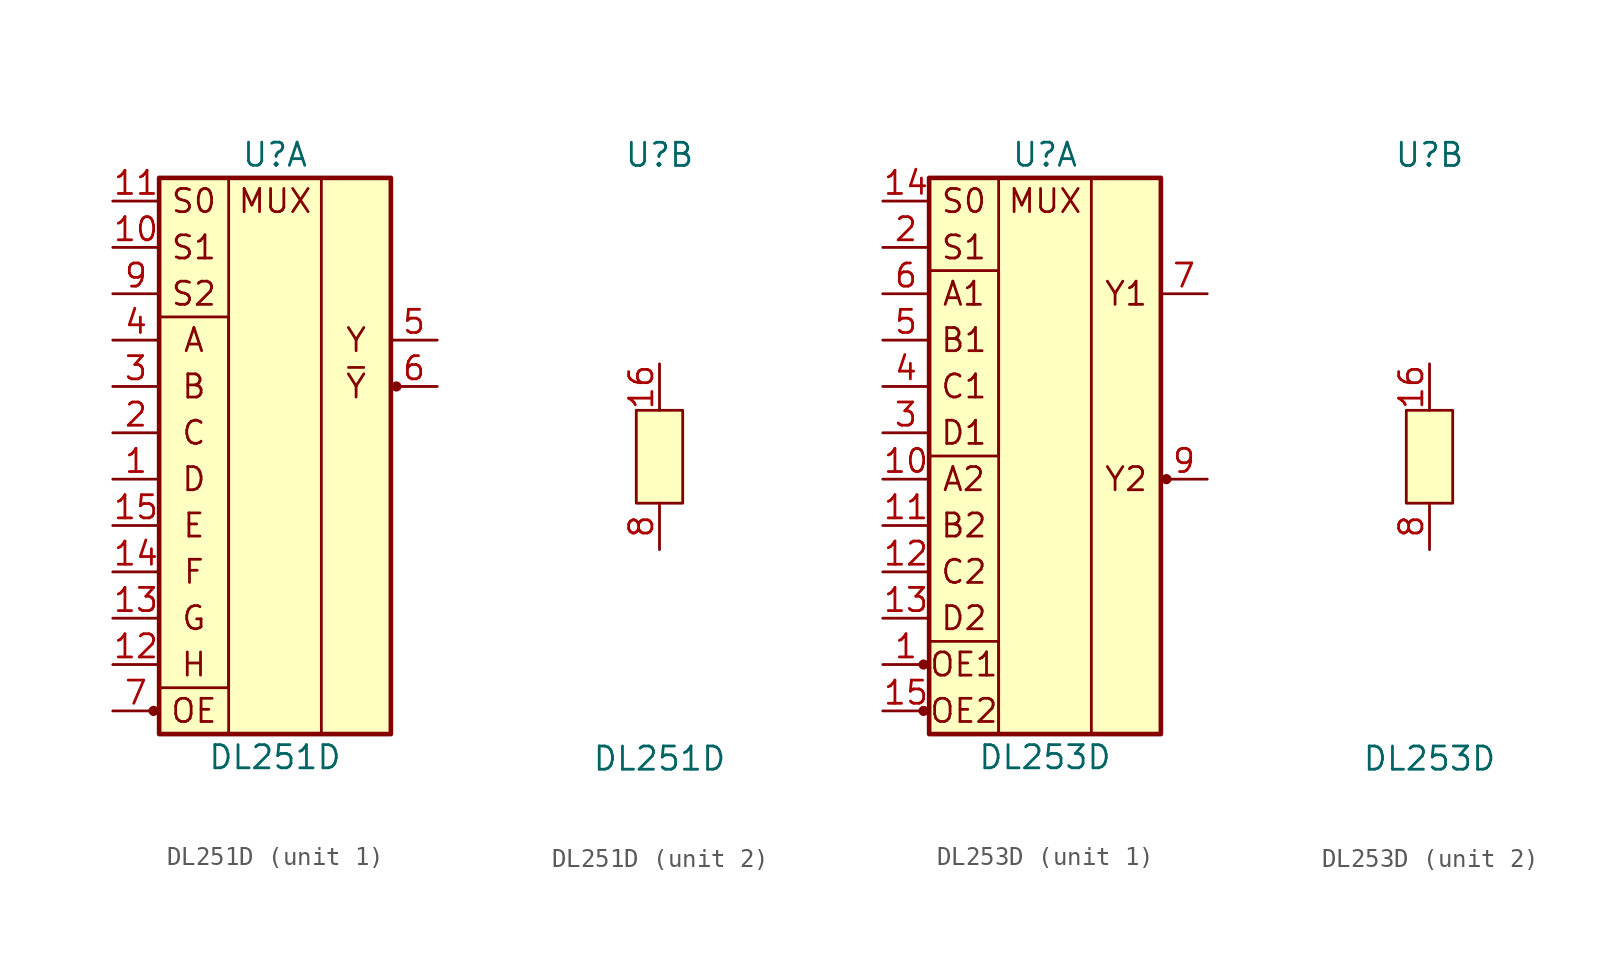
<source format=kicad_sym>
(kicad_symbol_lib
  (version 20211014)
  (generator kicad_symbol_editor)
  (symbol "DL251D"
    (pin_names
      (offset 1.016) hide)
    (property "Reference" "U"
      (at 0 16.51 0)
      (effects (font (size 1.27 1.27))))
    (property "Value" "DL251D"
      (at 0 -16.51 0)
      (effects (font (size 1.27 1.27))))
    (property "ki_locked" ""
      (at 0 0 0)
      (effects (font (size 1.27 1.27))))
    (symbol "DL251D_1_1"
      (circle (center -6.655 -13.97) (radius 0.203) (stroke (width 0) (type default) (color 0 0 0 0)) (fill (type outline)))
      (rectangle (start -6.35 7.62) (end -2.54 -12.7) (stroke (width 0) (type default) (color 0 0 0 0)) (fill (type none)))
      (rectangle (start -6.35 15.24) (end 6.35 -15.24) (stroke (width 0.254) (type default) (color 0 0 0 0)) (fill (type background)))
      (rectangle (start -2.54 15.24) (end 2.54 -15.24) (stroke (width 0) (type default) (color 0 0 0 0)) (fill (type none)))
      (circle (center 6.655 3.81) (radius 0.203) (stroke (width 0) (type default) (color 0 0 0 0)) (fill (type outline)))
      (text "A" (at -4.445 6.35 0) (effects (font (size 1.27 1.27))))
      (text "B" (at -4.445 3.81 0) (effects (font (size 1.27 1.27))))
      (text "C" (at -4.445 1.27 0) (effects (font (size 1.27 1.27))))
      (text "D" (at -4.445 -1.27 0) (effects (font (size 1.27 1.27))))
      (text "E" (at -4.445 -3.81 0) (effects (font (size 1.27 1.27))))
      (text "F" (at -4.445 -6.35 0) (effects (font (size 1.27 1.27))))
      (text "G" (at -4.445 -8.89 0) (effects (font (size 1.27 1.27))))
      (text "H" (at -4.445 -11.43 0) (effects (font (size 1.27 1.27))))
      (text "MUX" (at 0 13.97 0) (effects (font (size 1.27 1.27))))
      (text "OE" (at -4.445 -13.97 0) (effects (font (size 1.27 1.27))))
      (text "S0" (at -4.445 13.97 0) (effects (font (size 1.27 1.27))))
      (text "S1" (at -4.445 11.43 0) (effects (font (size 1.27 1.27))))
      (text "S2" (at -4.445 8.89 0) (effects (font (size 1.27 1.27))))
      (text "Y" (at 4.445 6.35 0) (effects (font (size 1.27 1.27))))
      (text "~{Y}" (at 4.445 3.81 0) (effects (font (size 1.27 1.27))))
      (pin input line (at -8.89 -1.27 0) (length 2.54) (name "D" (effects (font (size 1.27 1.27)))) (number "1" (effects (font (size 1.27 1.27)))))
      (pin input line (at -8.89 11.43 0) (length 2.54) (name "S1" (effects (font (size 1.27 1.27)))) (number "10" (effects (font (size 1.27 1.27)))))
      (pin input line (at -8.89 13.97 0) (length 2.54) (name "S0" (effects (font (size 1.27 1.27)))) (number "11" (effects (font (size 1.27 1.27)))))
      (pin input line (at -8.89 -11.43 0) (length 2.54) (name "H" (effects (font (size 1.27 1.27)))) (number "12" (effects (font (size 1.27 1.27)))))
      (pin input line (at -8.89 -8.89 0) (length 2.54) (name "G" (effects (font (size 1.27 1.27)))) (number "13" (effects (font (size 1.27 1.27)))))
      (pin input line (at -8.89 -6.35 0) (length 2.54) (name "F" (effects (font (size 1.27 1.27)))) (number "14" (effects (font (size 1.27 1.27)))))
      (pin input line (at -8.89 -3.81 0) (length 2.54) (name "E" (effects (font (size 1.27 1.27)))) (number "15" (effects (font (size 1.27 1.27)))))
      (pin input line (at -8.89 1.27 0) (length 2.54) (name "C" (effects (font (size 1.27 1.27)))) (number "2" (effects (font (size 1.27 1.27)))))
      (pin input line (at -8.89 3.81 0) (length 2.54) (name "B" (effects (font (size 1.27 1.27)))) (number "3" (effects (font (size 1.27 1.27)))))
      (pin input line (at -8.89 6.35 0) (length 2.54) (name "A" (effects (font (size 1.27 1.27)))) (number "4" (effects (font (size 1.27 1.27)))))
      (pin tri_state line (at 8.89 6.35 180) (length 2.54) (name "Y" (effects (font (size 1.27 1.27)))) (number "5" (effects (font (size 1.27 1.27)))))
      (pin tri_state line (at 8.89 3.81 180) (length 2.54) (name "~{Y}" (effects (font (size 1.27 1.27)))) (number "6" (effects (font (size 1.27 1.27)))))
      (pin input line (at -8.89 -13.97 0) (length 2.54) (name "~{OE}" (effects (font (size 1.27 1.27)))) (number "7" (effects (font (size 1.27 1.27)))))
      (pin input line (at -8.89 8.89 0) (length 2.54) (name "S2" (effects (font (size 1.27 1.27)))) (number "9" (effects (font (size 1.27 1.27))))))
    (symbol "DL251D_2_1"
      (rectangle (start -1.27 2.54) (end 1.27 -2.54) (stroke (width 0) (type default) (color 0 0 0 0)) (fill (type background)))
      (pin power_in line (at 0 5.08 270) (length 2.54) (name "Vcc" (effects (font (size 1.27 1.27)))) (number "16" (effects (font (size 1.27 1.27)))))
      (pin power_in line (at 0 -5.08 90) (length 2.54) (name "GND" (effects (font (size 1.27 1.27)))) (number "8" (effects (font (size 1.27 1.27)))))))
  (symbol "DL253D"
    (pin_names
      (offset 1.016) hide)
    (property "Reference" "U"
      (at 0 16.51 0)
      (effects (font (size 1.27 1.27))))
    (property "Value" "DL253D"
      (at 0 -16.51 0)
      (effects (font (size 1.27 1.27))))
    (property "ki_locked" ""
      (at 0 0 0)
      (effects (font (size 1.27 1.27))))
    (symbol "DL253D_1_1"
      (circle (center -6.655 -13.97) (radius 0.203) (stroke (width 0) (type default) (color 0 0 0 0)) (fill (type outline)))
      (circle (center -6.655 -11.43) (radius 0.203) (stroke (width 0) (type default) (color 0 0 0 0)) (fill (type outline)))
      (rectangle (start -6.35 -10.16) (end -2.54 -15.24) (stroke (width 0) (type default) (color 0 0 0 0)) (fill (type none)))
      (rectangle (start -6.35 10.16) (end -2.54 0) (stroke (width 0) (type default) (color 0 0 0 0)) (fill (type none)))
      (rectangle (start -6.35 15.24) (end 6.35 -15.24) (stroke (width 0.254) (type default) (color 0 0 0 0)) (fill (type background)))
      (rectangle (start -2.54 15.24) (end 2.54 -15.24) (stroke (width 0) (type default) (color 0 0 0 0)) (fill (type none)))
      (circle (center 6.655 -1.27) (radius 0.203) (stroke (width 0) (type default) (color 0 0 0 0)) (fill (type outline)))
      (text "A1" (at -4.445 8.89 0) (effects (font (size 1.27 1.27))))
      (text "A2" (at -4.445 -1.27 0) (effects (font (size 1.27 1.27))))
      (text "B1" (at -4.445 6.35 0) (effects (font (size 1.27 1.27))))
      (text "B2" (at -4.445 -3.81 0) (effects (font (size 1.27 1.27))))
      (text "C1" (at -4.445 3.81 0) (effects (font (size 1.27 1.27))))
      (text "C2" (at -4.445 -6.35 0) (effects (font (size 1.27 1.27))))
      (text "D1" (at -4.445 1.27 0) (effects (font (size 1.27 1.27))))
      (text "D2" (at -4.445 -8.89 0) (effects (font (size 1.27 1.27))))
      (text "MUX" (at 0 13.97 0) (effects (font (size 1.27 1.27))))
      (text "OE1" (at -4.445 -11.43 0) (effects (font (size 1.27 1.27))))
      (text "OE2" (at -4.445 -13.97 0) (effects (font (size 1.27 1.27))))
      (text "S0" (at -4.445 13.97 0) (effects (font (size 1.27 1.27))))
      (text "S1" (at -4.445 11.43 0) (effects (font (size 1.27 1.27))))
      (text "Y1" (at 4.445 8.89 0) (effects (font (size 1.27 1.27))))
      (text "Y2" (at 4.445 -1.27 0) (effects (font (size 1.27 1.27))))
      (pin input line (at -8.89 -11.43 0) (length 2.54) (name "~{OE1}" (effects (font (size 1.27 1.27)))) (number "1" (effects (font (size 1.27 1.27)))))
      (pin input line (at -8.89 -1.27 0) (length 2.54) (name "A2" (effects (font (size 1.27 1.27)))) (number "10" (effects (font (size 1.27 1.27)))))
      (pin input line (at -8.89 -3.81 0) (length 2.54) (name "B2" (effects (font (size 1.27 1.27)))) (number "11" (effects (font (size 1.27 1.27)))))
      (pin input line (at -8.89 -6.35 0) (length 2.54) (name "C2" (effects (font (size 1.27 1.27)))) (number "12" (effects (font (size 1.27 1.27)))))
      (pin input line (at -8.89 -8.89 0) (length 2.54) (name "D2" (effects (font (size 1.27 1.27)))) (number "13" (effects (font (size 1.27 1.27)))))
      (pin input line (at -8.89 13.97 0) (length 2.54) (name "S0" (effects (font (size 1.27 1.27)))) (number "14" (effects (font (size 1.27 1.27)))))
      (pin input line (at -8.89 -13.97 0) (length 2.54) (name "~{OE2}" (effects (font (size 1.27 1.27)))) (number "15" (effects (font (size 1.27 1.27)))))
      (pin input line (at -8.89 11.43 0) (length 2.54) (name "S1" (effects (font (size 1.27 1.27)))) (number "2" (effects (font (size 1.27 1.27)))))
      (pin input line (at -8.89 1.27 0) (length 2.54) (name "D1" (effects (font (size 1.27 1.27)))) (number "3" (effects (font (size 1.27 1.27)))))
      (pin input line (at -8.89 3.81 0) (length 2.54) (name "C1" (effects (font (size 1.27 1.27)))) (number "4" (effects (font (size 1.27 1.27)))))
      (pin input line (at -8.89 6.35 0) (length 2.54) (name "B1" (effects (font (size 1.27 1.27)))) (number "5" (effects (font (size 1.27 1.27)))))
      (pin input line (at -8.89 8.89 0) (length 2.54) (name "A1" (effects (font (size 1.27 1.27)))) (number "6" (effects (font (size 1.27 1.27)))))
      (pin tri_state line (at 8.89 8.89 180) (length 2.54) (name "1Y" (effects (font (size 1.27 1.27)))) (number "7" (effects (font (size 1.27 1.27)))))
      (pin tri_state line (at 8.89 -1.27 180) (length 2.54) (name "2Y" (effects (font (size 1.27 1.27)))) (number "9" (effects (font (size 1.27 1.27))))))
    (symbol "DL253D_2_1"
      (rectangle (start -1.27 2.54) (end 1.27 -2.54) (stroke (width 0) (type default) (color 0 0 0 0)) (fill (type background)))
      (pin power_in line (at 0 5.08 270) (length 2.54) (name "Vcc" (effects (font (size 1.27 1.27)))) (number "16" (effects (font (size 1.27 1.27)))))
      (pin power_in line (at 0 -5.08 90) (length 2.54) (name "GND" (effects (font (size 1.27 1.27)))) (number "8" (effects (font (size 1.27 1.27))))))))
</source>
